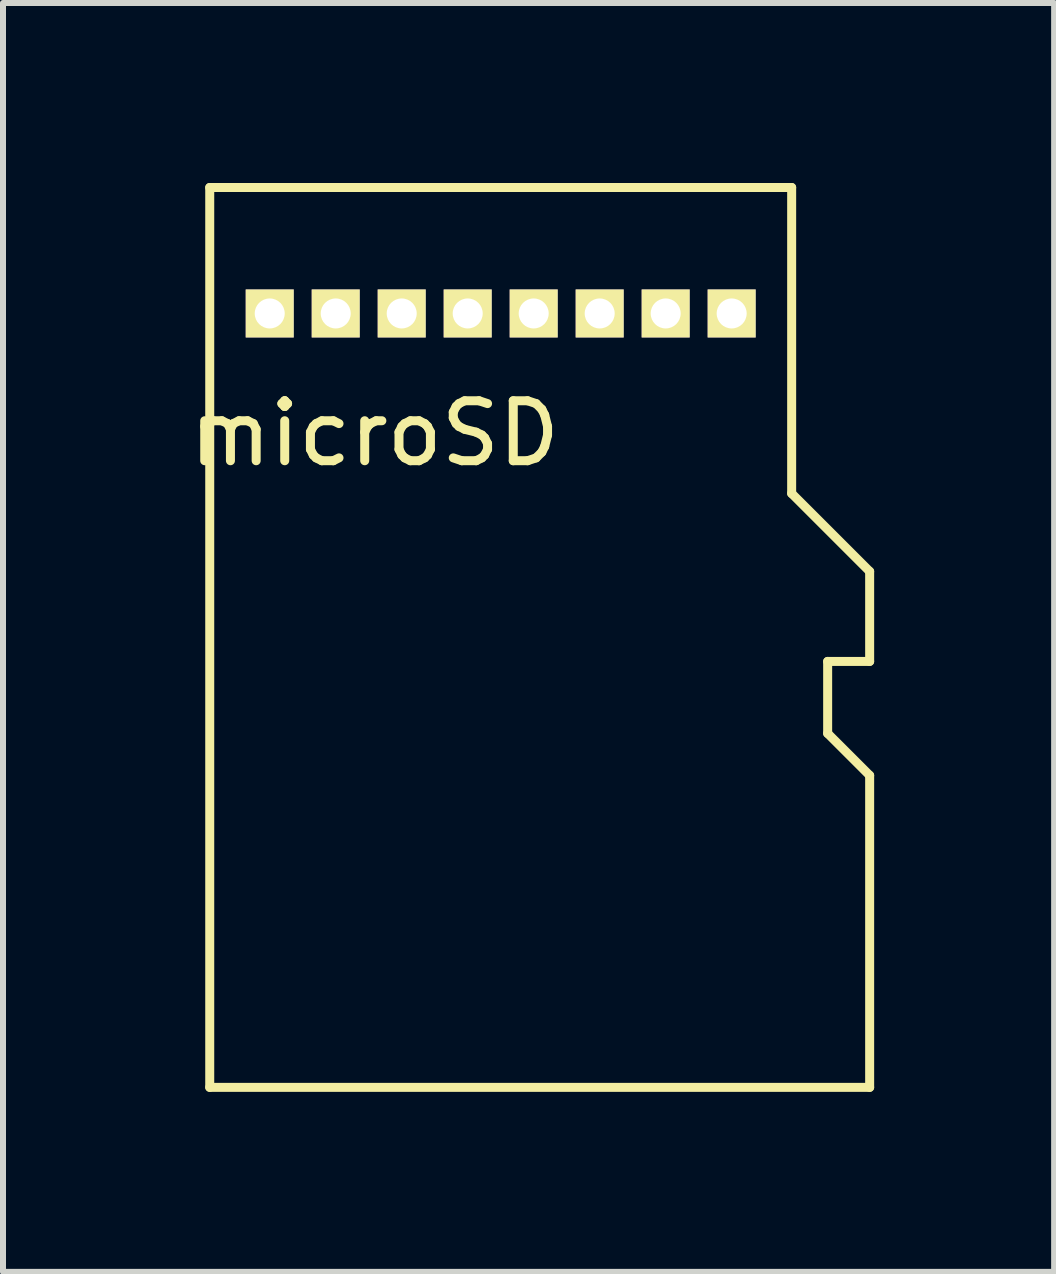
<source format=kicad_pcb>
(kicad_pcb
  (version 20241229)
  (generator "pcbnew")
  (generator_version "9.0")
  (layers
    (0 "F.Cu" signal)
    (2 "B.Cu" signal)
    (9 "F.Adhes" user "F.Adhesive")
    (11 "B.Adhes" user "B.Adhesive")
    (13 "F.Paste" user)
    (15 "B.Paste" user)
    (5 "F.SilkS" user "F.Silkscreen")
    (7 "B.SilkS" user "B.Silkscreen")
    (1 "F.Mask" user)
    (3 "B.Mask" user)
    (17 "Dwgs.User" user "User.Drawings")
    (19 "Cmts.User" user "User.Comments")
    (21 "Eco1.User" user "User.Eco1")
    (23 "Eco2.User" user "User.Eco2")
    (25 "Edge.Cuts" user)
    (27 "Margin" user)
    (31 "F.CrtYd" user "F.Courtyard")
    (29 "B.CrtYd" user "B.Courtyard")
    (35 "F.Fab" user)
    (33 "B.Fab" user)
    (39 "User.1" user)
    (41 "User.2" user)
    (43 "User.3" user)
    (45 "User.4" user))
  (footprint "microSD"
    (layer "F.Cu")
    (at 0.446 2.175)
    (property "Reference" "microSD" (at 2.75 2 0) (layer "F.SilkS") (effects (font (size 1 1) (thickness 0.15))))
    (attr through_hole)
    (fp_line (start 0 -2.1) (end 0 12.9) (stroke (width 0.15) (type solid)) (layer "F.SilkS"))
    (fp_line (start 0 -2.1) (end 9.7 -2.1) (stroke (width 0.15) (type solid)) (layer "F.SilkS"))
    (fp_line (start 0 12.9) (end 11 12.9) (stroke (width 0.15) (type solid)) (layer "F.SilkS"))
    (fp_line (start 9.7 3) (end 9.7 -2.1) (stroke (width 0.15) (type solid)) (layer "F.SilkS"))
    (fp_line (start 10.3 5.8) (end 10.3 7) (stroke (width 0.15) (type solid)) (layer "F.SilkS"))
    (fp_line (start 10.3 7) (end 11 7.7) (stroke (width 0.15) (type solid)) (layer "F.SilkS"))
    (fp_line (start 11 4.3) (end 9.7 3) (stroke (width 0.15) (type solid)) (layer "F.SilkS"))
    (fp_line (start 11 4.3) (end 11 5.8) (stroke (width 0.15) (type solid)) (layer "F.SilkS"))
    (fp_line (start 11 5.8) (end 10.3 5.8) (stroke (width 0.15) (type solid)) (layer "F.SilkS"))
    (fp_line (start 11 7.7) (end 11 12.9) (stroke (width 0.15) (type solid)) (layer "F.SilkS"))
    (pad "1" thru_hole rect (at 8.7 0) (size 0.8 0.8) (drill 0.5) (layers "*.Cu" "*.Mask" "F.SilkS"))
    (pad "2" thru_hole rect (at 7.6 0) (size 0.8 0.8) (drill 0.5) (layers "*.Cu" "*.Mask" "F.SilkS"))
    (pad "3" thru_hole rect (at 6.5 0) (size 0.8 0.8) (drill 0.5) (layers "*.Cu" "*.Mask" "F.SilkS"))
    (pad "4" thru_hole rect (at 5.4 0) (size 0.8 0.8) (drill 0.5) (layers "*.Cu" "*.Mask" "F.SilkS"))
    (pad "5" thru_hole rect (at 4.3 0) (size 0.8 0.8) (drill 0.5) (layers "*.Cu" "*.Mask" "F.SilkS"))
    (pad "6" thru_hole rect (at 3.2 0) (size 0.8 0.8) (drill 0.5) (layers "*.Cu" "*.Mask" "F.SilkS"))
    (pad "7" thru_hole rect (at 2.1 0) (size 0.8 0.8) (drill 0.5) (layers "*.Cu" "*.Mask" "F.SilkS"))
    (pad "8" thru_hole rect (at 1 0) (size 0.8 0.8) (drill 0.5) (layers "*.Cu" "*.Mask" "F.SilkS")))
  (gr_rect
    (start -3 -3)
    (end 14.521 18.15)
    (stroke (width 0.1) (type default))
    (fill no)
    (layer "Edge.Cuts")))
</source>
